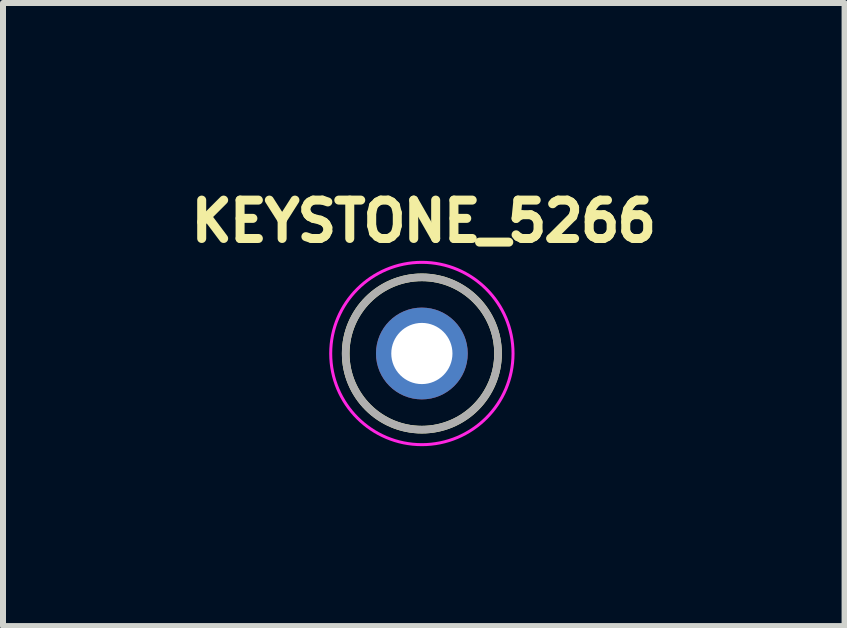
<source format=kicad_pcb>
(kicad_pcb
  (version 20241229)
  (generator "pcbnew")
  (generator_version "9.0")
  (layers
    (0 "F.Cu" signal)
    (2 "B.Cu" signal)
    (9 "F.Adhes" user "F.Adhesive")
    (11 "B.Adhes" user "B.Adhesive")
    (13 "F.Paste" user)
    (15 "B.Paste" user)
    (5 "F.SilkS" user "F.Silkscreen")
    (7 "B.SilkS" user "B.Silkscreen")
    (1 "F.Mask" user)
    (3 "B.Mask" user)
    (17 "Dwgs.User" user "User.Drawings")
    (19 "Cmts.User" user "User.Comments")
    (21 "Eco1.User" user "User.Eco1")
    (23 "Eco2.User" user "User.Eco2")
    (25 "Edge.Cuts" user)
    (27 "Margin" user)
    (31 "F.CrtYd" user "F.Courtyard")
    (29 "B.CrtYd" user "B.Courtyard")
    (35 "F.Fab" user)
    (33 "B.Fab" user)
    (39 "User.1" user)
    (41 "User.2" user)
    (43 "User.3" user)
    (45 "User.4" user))
  (footprint "KEYSTONE_5266"
    (layer "F.Cu")
    (at 3.984 2.844)
    (property "Reference" "KEYSTONE_5266" (at 0.032 -2.206 0) (layer "F.SilkS") (effects (font (size 0.64 0.64) (thickness 0.15))))
    (attr through_hole)
    (fp_circle (center 0 0) (end 1.27 0) (stroke (width 0.127) (type solid)) (fill no) (layer "F.SilkS"))
    (fp_circle (center 0 0) (end 1.52 0) (stroke (width 0.05) (type solid)) (fill no) (layer "F.CrtYd"))
    (fp_circle (center 0 0) (end 1.27 0) (stroke (width 0.127) (type solid)) (fill no) (layer "F.Fab"))
    (pad "TP" thru_hole circle (at 0 0) (size 1.53 1.53) (drill 1.02) (layers "*.Cu" "*.Mask")))
  (gr_rect
    (start -3 -3)
    (end 11.032 7.389)
    (stroke (width 0.1) (type default))
    (fill no)
    (layer "Edge.Cuts")))
</source>
